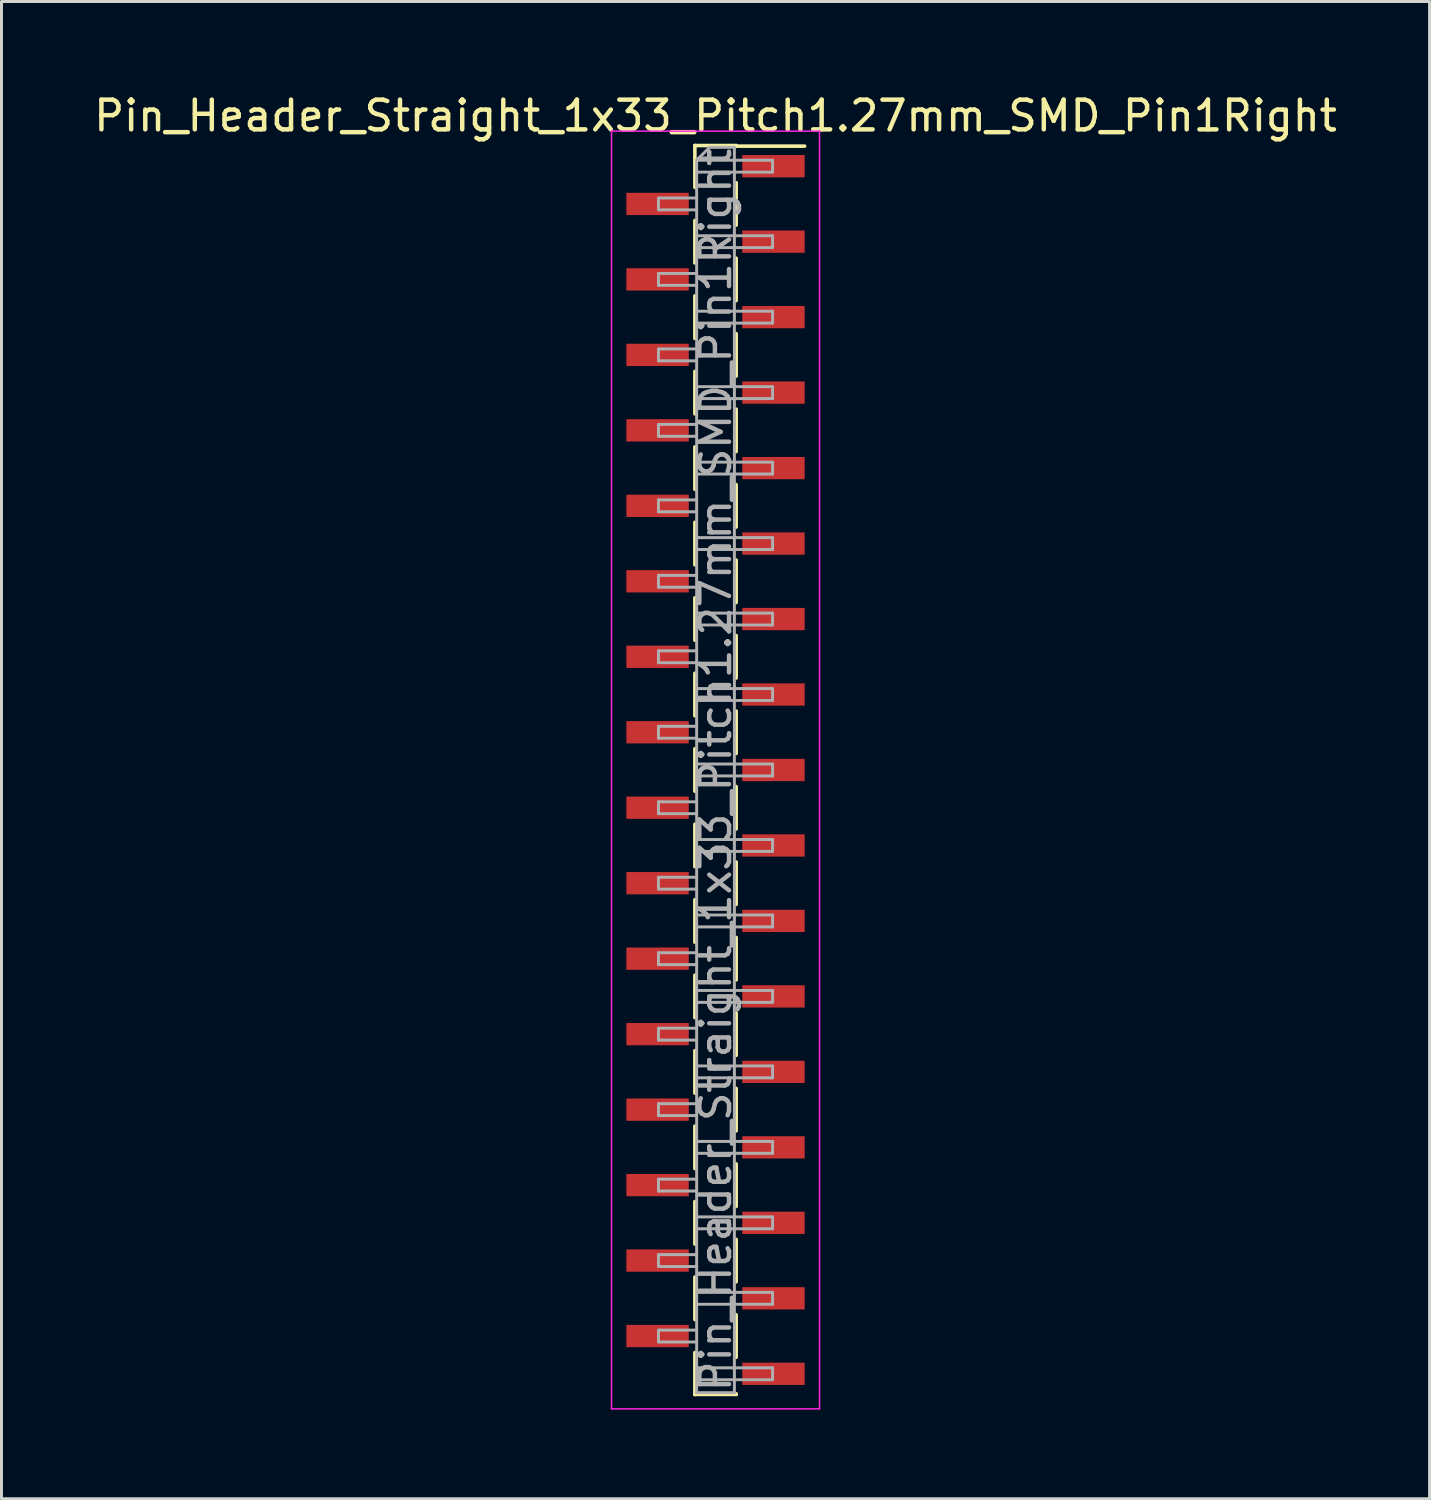
<source format=kicad_pcb>
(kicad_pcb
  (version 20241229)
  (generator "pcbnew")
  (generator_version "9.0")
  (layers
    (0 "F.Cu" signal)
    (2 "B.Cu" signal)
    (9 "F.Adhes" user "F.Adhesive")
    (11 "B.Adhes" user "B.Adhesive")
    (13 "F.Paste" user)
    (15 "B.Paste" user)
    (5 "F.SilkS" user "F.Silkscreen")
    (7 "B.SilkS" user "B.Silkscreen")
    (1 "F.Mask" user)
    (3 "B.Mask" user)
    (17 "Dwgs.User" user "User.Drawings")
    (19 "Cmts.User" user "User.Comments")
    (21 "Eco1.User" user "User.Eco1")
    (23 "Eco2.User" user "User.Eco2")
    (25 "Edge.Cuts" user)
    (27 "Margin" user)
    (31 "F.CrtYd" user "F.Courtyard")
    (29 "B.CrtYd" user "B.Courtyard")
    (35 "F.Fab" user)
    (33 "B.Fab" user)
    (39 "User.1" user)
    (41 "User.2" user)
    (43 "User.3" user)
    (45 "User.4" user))
  (footprint "Pin_Header_Straight_1x33_Pitch1.27mm_SMD_Pin1Right"
    (layer "F.Cu")
    (at 21.03 22.863)
    (property "Reference" "Pin_Header_Straight_1x33_Pitch1.27mm_SMD_Pin1Right" (at 0 -22.015 0) (layer "F.SilkS") (effects (font (size 1 1) (thickness 0.15))))
    (attr smd)
    (fp_line (start -0.695 -21.015) (end -0.695 -19.605) (stroke (width 0.12) (type solid)) (layer "F.SilkS"))
    (fp_line (start -0.695 -21.015) (end 0.695 -21.015) (stroke (width 0.12) (type solid)) (layer "F.SilkS"))
    (fp_line (start -0.695 -20.995) (end -0.695 -21.015) (stroke (width 0.12) (type solid)) (layer "F.SilkS"))
    (fp_line (start -0.695 -18.495) (end -0.695 -17.065) (stroke (width 0.12) (type solid)) (layer "F.SilkS"))
    (fp_line (start -0.695 -15.955) (end -0.695 -14.525) (stroke (width 0.12) (type solid)) (layer "F.SilkS"))
    (fp_line (start -0.695 -13.415) (end -0.695 -11.985) (stroke (width 0.12) (type solid)) (layer "F.SilkS"))
    (fp_line (start -0.695 -10.875) (end -0.695 -9.445) (stroke (width 0.12) (type solid)) (layer "F.SilkS"))
    (fp_line (start -0.695 -8.335) (end -0.695 -6.905) (stroke (width 0.12) (type solid)) (layer "F.SilkS"))
    (fp_line (start -0.695 -5.795) (end -0.695 -4.365) (stroke (width 0.12) (type solid)) (layer "F.SilkS"))
    (fp_line (start -0.695 -3.255) (end -0.695 -1.825) (stroke (width 0.12) (type solid)) (layer "F.SilkS"))
    (fp_line (start -0.695 -0.715) (end -0.695 0.715) (stroke (width 0.12) (type solid)) (layer "F.SilkS"))
    (fp_line (start -0.695 1.825) (end -0.695 3.255) (stroke (width 0.12) (type solid)) (layer "F.SilkS"))
    (fp_line (start -0.695 4.365) (end -0.695 5.795) (stroke (width 0.12) (type solid)) (layer "F.SilkS"))
    (fp_line (start -0.695 6.905) (end -0.695 8.335) (stroke (width 0.12) (type solid)) (layer "F.SilkS"))
    (fp_line (start -0.695 9.445) (end -0.695 10.875) (stroke (width 0.12) (type solid)) (layer "F.SilkS"))
    (fp_line (start -0.695 11.985) (end -0.695 13.415) (stroke (width 0.12) (type solid)) (layer "F.SilkS"))
    (fp_line (start -0.695 14.525) (end -0.695 15.955) (stroke (width 0.12) (type solid)) (layer "F.SilkS"))
    (fp_line (start -0.695 17.065) (end -0.695 18.495) (stroke (width 0.12) (type solid)) (layer "F.SilkS"))
    (fp_line (start -0.695 19.605) (end -0.695 21.015) (stroke (width 0.12) (type solid)) (layer "F.SilkS"))
    (fp_line (start -0.695 20.995) (end -0.695 21.015) (stroke (width 0.12) (type solid)) (layer "F.SilkS"))
    (fp_line (start -0.695 21.015) (end 0.695 21.015) (stroke (width 0.12) (type solid)) (layer "F.SilkS"))
    (fp_line (start 0.695 -21.015) (end 0.695 -20.995) (stroke (width 0.12) (type solid)) (layer "F.SilkS"))
    (fp_line (start 0.695 -20.995) (end 3 -20.995) (stroke (width 0.12) (type solid)) (layer "F.SilkS"))
    (fp_line (start 0.695 -19.765) (end 0.695 -18.335) (stroke (width 0.12) (type solid)) (layer "F.SilkS"))
    (fp_line (start 0.695 -17.225) (end 0.695 -15.795) (stroke (width 0.12) (type solid)) (layer "F.SilkS"))
    (fp_line (start 0.695 -14.685) (end 0.695 -13.255) (stroke (width 0.12) (type solid)) (layer "F.SilkS"))
    (fp_line (start 0.695 -12.145) (end 0.695 -10.715) (stroke (width 0.12) (type solid)) (layer "F.SilkS"))
    (fp_line (start 0.695 -9.605) (end 0.695 -8.175) (stroke (width 0.12) (type solid)) (layer "F.SilkS"))
    (fp_line (start 0.695 -7.065) (end 0.695 -5.635) (stroke (width 0.12) (type solid)) (layer "F.SilkS"))
    (fp_line (start 0.695 -4.525) (end 0.695 -3.095) (stroke (width 0.12) (type solid)) (layer "F.SilkS"))
    (fp_line (start 0.695 -1.985) (end 0.695 -0.555) (stroke (width 0.12) (type solid)) (layer "F.SilkS"))
    (fp_line (start 0.695 0.555) (end 0.695 1.985) (stroke (width 0.12) (type solid)) (layer "F.SilkS"))
    (fp_line (start 0.695 3.095) (end 0.695 4.525) (stroke (width 0.12) (type solid)) (layer "F.SilkS"))
    (fp_line (start 0.695 5.635) (end 0.695 7.065) (stroke (width 0.12) (type solid)) (layer "F.SilkS"))
    (fp_line (start 0.695 8.175) (end 0.695 9.605) (stroke (width 0.12) (type solid)) (layer "F.SilkS"))
    (fp_line (start 0.695 10.715) (end 0.695 12.145) (stroke (width 0.12) (type solid)) (layer "F.SilkS"))
    (fp_line (start 0.695 13.255) (end 0.695 14.685) (stroke (width 0.12) (type solid)) (layer "F.SilkS"))
    (fp_line (start 0.695 15.795) (end 0.695 17.225) (stroke (width 0.12) (type solid)) (layer "F.SilkS"))
    (fp_line (start 0.695 18.335) (end 0.695 19.765) (stroke (width 0.12) (type solid)) (layer "F.SilkS"))
    (fp_line (start 0.695 21.015) (end 0.695 20.995) (stroke (width 0.12) (type solid)) (layer "F.SilkS"))
    (fp_line (start -3.5 -21.5) (end -3.5 21.5) (stroke (width 0.05) (type solid)) (layer "F.CrtYd"))
    (fp_line (start -3.5 21.5) (end 3.5 21.5) (stroke (width 0.05) (type solid)) (layer "F.CrtYd"))
    (fp_line (start 3.5 -21.5) (end -3.5 -21.5) (stroke (width 0.05) (type solid)) (layer "F.CrtYd"))
    (fp_line (start 3.5 21.5) (end 3.5 -21.5) (stroke (width 0.05) (type solid)) (layer "F.CrtYd"))
    (fp_line (start -1.92 -19.25) (end -1.92 -18.85) (stroke (width 0.1) (type solid)) (layer "F.Fab"))
    (fp_line (start -1.92 -18.85) (end -0.635 -18.85) (stroke (width 0.1) (type solid)) (layer "F.Fab"))
    (fp_line (start -1.92 -16.71) (end -1.92 -16.31) (stroke (width 0.1) (type solid)) (layer "F.Fab"))
    (fp_line (start -1.92 -16.31) (end -0.635 -16.31) (stroke (width 0.1) (type solid)) (layer "F.Fab"))
    (fp_line (start -1.92 -14.17) (end -1.92 -13.77) (stroke (width 0.1) (type solid)) (layer "F.Fab"))
    (fp_line (start -1.92 -13.77) (end -0.635 -13.77) (stroke (width 0.1) (type solid)) (layer "F.Fab"))
    (fp_line (start -1.92 -11.63) (end -1.92 -11.23) (stroke (width 0.1) (type solid)) (layer "F.Fab"))
    (fp_line (start -1.92 -11.23) (end -0.635 -11.23) (stroke (width 0.1) (type solid)) (layer "F.Fab"))
    (fp_line (start -1.92 -9.09) (end -1.92 -8.69) (stroke (width 0.1) (type solid)) (layer "F.Fab"))
    (fp_line (start -1.92 -8.69) (end -0.635 -8.69) (stroke (width 0.1) (type solid)) (layer "F.Fab"))
    (fp_line (start -1.92 -6.55) (end -1.92 -6.15) (stroke (width 0.1) (type solid)) (layer "F.Fab"))
    (fp_line (start -1.92 -6.15) (end -0.635 -6.15) (stroke (width 0.1) (type solid)) (layer "F.Fab"))
    (fp_line (start -1.92 -4.01) (end -1.92 -3.61) (stroke (width 0.1) (type solid)) (layer "F.Fab"))
    (fp_line (start -1.92 -3.61) (end -0.635 -3.61) (stroke (width 0.1) (type solid)) (layer "F.Fab"))
    (fp_line (start -1.92 -1.47) (end -1.92 -1.07) (stroke (width 0.1) (type solid)) (layer "F.Fab"))
    (fp_line (start -1.92 -1.07) (end -0.635 -1.07) (stroke (width 0.1) (type solid)) (layer "F.Fab"))
    (fp_line (start -1.92 1.07) (end -1.92 1.47) (stroke (width 0.1) (type solid)) (layer "F.Fab"))
    (fp_line (start -1.92 1.47) (end -0.635 1.47) (stroke (width 0.1) (type solid)) (layer "F.Fab"))
    (fp_line (start -1.92 3.61) (end -1.92 4.01) (stroke (width 0.1) (type solid)) (layer "F.Fab"))
    (fp_line (start -1.92 4.01) (end -0.635 4.01) (stroke (width 0.1) (type solid)) (layer "F.Fab"))
    (fp_line (start -1.92 6.15) (end -1.92 6.55) (stroke (width 0.1) (type solid)) (layer "F.Fab"))
    (fp_line (start -1.92 6.55) (end -0.635 6.55) (stroke (width 0.1) (type solid)) (layer "F.Fab"))
    (fp_line (start -1.92 8.69) (end -1.92 9.09) (stroke (width 0.1) (type solid)) (layer "F.Fab"))
    (fp_line (start -1.92 9.09) (end -0.635 9.09) (stroke (width 0.1) (type solid)) (layer "F.Fab"))
    (fp_line (start -1.92 11.23) (end -1.92 11.63) (stroke (width 0.1) (type solid)) (layer "F.Fab"))
    (fp_line (start -1.92 11.63) (end -0.635 11.63) (stroke (width 0.1) (type solid)) (layer "F.Fab"))
    (fp_line (start -1.92 13.77) (end -1.92 14.17) (stroke (width 0.1) (type solid)) (layer "F.Fab"))
    (fp_line (start -1.92 14.17) (end -0.635 14.17) (stroke (width 0.1) (type solid)) (layer "F.Fab"))
    (fp_line (start -1.92 16.31) (end -1.92 16.71) (stroke (width 0.1) (type solid)) (layer "F.Fab"))
    (fp_line (start -1.92 16.71) (end -0.635 16.71) (stroke (width 0.1) (type solid)) (layer "F.Fab"))
    (fp_line (start -1.92 18.85) (end -1.92 19.25) (stroke (width 0.1) (type solid)) (layer "F.Fab"))
    (fp_line (start -1.92 19.25) (end -0.635 19.25) (stroke (width 0.1) (type solid)) (layer "F.Fab"))
    (fp_line (start -0.635 -20.52) (end -0.2 -20.955) (stroke (width 0.1) (type solid)) (layer "F.Fab"))
    (fp_line (start -0.635 -20.52) (end 1.92 -20.52) (stroke (width 0.1) (type solid)) (layer "F.Fab"))
    (fp_line (start -0.635 -19.25) (end -1.92 -19.25) (stroke (width 0.1) (type solid)) (layer "F.Fab"))
    (fp_line (start -0.635 -17.98) (end 1.92 -17.98) (stroke (width 0.1) (type solid)) (layer "F.Fab"))
    (fp_line (start -0.635 -16.71) (end -1.92 -16.71) (stroke (width 0.1) (type solid)) (layer "F.Fab"))
    (fp_line (start -0.635 -15.44) (end 1.92 -15.44) (stroke (width 0.1) (type solid)) (layer "F.Fab"))
    (fp_line (start -0.635 -14.17) (end -1.92 -14.17) (stroke (width 0.1) (type solid)) (layer "F.Fab"))
    (fp_line (start -0.635 -12.9) (end 1.92 -12.9) (stroke (width 0.1) (type solid)) (layer "F.Fab"))
    (fp_line (start -0.635 -11.63) (end -1.92 -11.63) (stroke (width 0.1) (type solid)) (layer "F.Fab"))
    (fp_line (start -0.635 -10.36) (end 1.92 -10.36) (stroke (width 0.1) (type solid)) (layer "F.Fab"))
    (fp_line (start -0.635 -9.09) (end -1.92 -9.09) (stroke (width 0.1) (type solid)) (layer "F.Fab"))
    (fp_line (start -0.635 -7.82) (end 1.92 -7.82) (stroke (width 0.1) (type solid)) (layer "F.Fab"))
    (fp_line (start -0.635 -6.55) (end -1.92 -6.55) (stroke (width 0.1) (type solid)) (layer "F.Fab"))
    (fp_line (start -0.635 -5.28) (end 1.92 -5.28) (stroke (width 0.1) (type solid)) (layer "F.Fab"))
    (fp_line (start -0.635 -4.01) (end -1.92 -4.01) (stroke (width 0.1) (type solid)) (layer "F.Fab"))
    (fp_line (start -0.635 -2.74) (end 1.92 -2.74) (stroke (width 0.1) (type solid)) (layer "F.Fab"))
    (fp_line (start -0.635 -1.47) (end -1.92 -1.47) (stroke (width 0.1) (type solid)) (layer "F.Fab"))
    (fp_line (start -0.635 -0.2) (end 1.92 -0.2) (stroke (width 0.1) (type solid)) (layer "F.Fab"))
    (fp_line (start -0.635 1.07) (end -1.92 1.07) (stroke (width 0.1) (type solid)) (layer "F.Fab"))
    (fp_line (start -0.635 2.34) (end 1.92 2.34) (stroke (width 0.1) (type solid)) (layer "F.Fab"))
    (fp_line (start -0.635 3.61) (end -1.92 3.61) (stroke (width 0.1) (type solid)) (layer "F.Fab"))
    (fp_line (start -0.635 4.88) (end 1.92 4.88) (stroke (width 0.1) (type solid)) (layer "F.Fab"))
    (fp_line (start -0.635 6.15) (end -1.92 6.15) (stroke (width 0.1) (type solid)) (layer "F.Fab"))
    (fp_line (start -0.635 7.42) (end 1.92 7.42) (stroke (width 0.1) (type solid)) (layer "F.Fab"))
    (fp_line (start -0.635 8.69) (end -1.92 8.69) (stroke (width 0.1) (type solid)) (layer "F.Fab"))
    (fp_line (start -0.635 9.96) (end 1.92 9.96) (stroke (width 0.1) (type solid)) (layer "F.Fab"))
    (fp_line (start -0.635 11.23) (end -1.92 11.23) (stroke (width 0.1) (type solid)) (layer "F.Fab"))
    (fp_line (start -0.635 12.5) (end 1.92 12.5) (stroke (width 0.1) (type solid)) (layer "F.Fab"))
    (fp_line (start -0.635 13.77) (end -1.92 13.77) (stroke (width 0.1) (type solid)) (layer "F.Fab"))
    (fp_line (start -0.635 15.04) (end 1.92 15.04) (stroke (width 0.1) (type solid)) (layer "F.Fab"))
    (fp_line (start -0.635 16.31) (end -1.92 16.31) (stroke (width 0.1) (type solid)) (layer "F.Fab"))
    (fp_line (start -0.635 17.58) (end 1.92 17.58) (stroke (width 0.1) (type solid)) (layer "F.Fab"))
    (fp_line (start -0.635 18.85) (end -1.92 18.85) (stroke (width 0.1) (type solid)) (layer "F.Fab"))
    (fp_line (start -0.635 20.12) (end 1.92 20.12) (stroke (width 0.1) (type solid)) (layer "F.Fab"))
    (fp_line (start -0.635 20.955) (end -0.635 -20.52) (stroke (width 0.1) (type solid)) (layer "F.Fab"))
    (fp_line (start -0.2 -20.955) (end 0.635 -20.955) (stroke (width 0.1) (type solid)) (layer "F.Fab"))
    (fp_line (start 0.635 -20.955) (end 0.635 20.955) (stroke (width 0.1) (type solid)) (layer "F.Fab"))
    (fp_line (start 0.635 20.955) (end -0.635 20.955) (stroke (width 0.1) (type solid)) (layer "F.Fab"))
    (fp_line (start 1.92 -20.52) (end 1.92 -20.12) (stroke (width 0.1) (type solid)) (layer "F.Fab"))
    (fp_line (start 1.92 -20.12) (end -0.635 -20.12) (stroke (width 0.1) (type solid)) (layer "F.Fab"))
    (fp_line (start 1.92 -17.98) (end 1.92 -17.58) (stroke (width 0.1) (type solid)) (layer "F.Fab"))
    (fp_line (start 1.92 -17.58) (end -0.635 -17.58) (stroke (width 0.1) (type solid)) (layer "F.Fab"))
    (fp_line (start 1.92 -15.44) (end 1.92 -15.04) (stroke (width 0.1) (type solid)) (layer "F.Fab"))
    (fp_line (start 1.92 -15.04) (end -0.635 -15.04) (stroke (width 0.1) (type solid)) (layer "F.Fab"))
    (fp_line (start 1.92 -12.9) (end 1.92 -12.5) (stroke (width 0.1) (type solid)) (layer "F.Fab"))
    (fp_line (start 1.92 -12.5) (end -0.635 -12.5) (stroke (width 0.1) (type solid)) (layer "F.Fab"))
    (fp_line (start 1.92 -10.36) (end 1.92 -9.96) (stroke (width 0.1) (type solid)) (layer "F.Fab"))
    (fp_line (start 1.92 -9.96) (end -0.635 -9.96) (stroke (width 0.1) (type solid)) (layer "F.Fab"))
    (fp_line (start 1.92 -7.82) (end 1.92 -7.42) (stroke (width 0.1) (type solid)) (layer "F.Fab"))
    (fp_line (start 1.92 -7.42) (end -0.635 -7.42) (stroke (width 0.1) (type solid)) (layer "F.Fab"))
    (fp_line (start 1.92 -5.28) (end 1.92 -4.88) (stroke (width 0.1) (type solid)) (layer "F.Fab"))
    (fp_line (start 1.92 -4.88) (end -0.635 -4.88) (stroke (width 0.1) (type solid)) (layer "F.Fab"))
    (fp_line (start 1.92 -2.74) (end 1.92 -2.34) (stroke (width 0.1) (type solid)) (layer "F.Fab"))
    (fp_line (start 1.92 -2.34) (end -0.635 -2.34) (stroke (width 0.1) (type solid)) (layer "F.Fab"))
    (fp_line (start 1.92 -0.2) (end 1.92 0.2) (stroke (width 0.1) (type solid)) (layer "F.Fab"))
    (fp_line (start 1.92 0.2) (end -0.635 0.2) (stroke (width 0.1) (type solid)) (layer "F.Fab"))
    (fp_line (start 1.92 2.34) (end 1.92 2.74) (stroke (width 0.1) (type solid)) (layer "F.Fab"))
    (fp_line (start 1.92 2.74) (end -0.635 2.74) (stroke (width 0.1) (type solid)) (layer "F.Fab"))
    (fp_line (start 1.92 4.88) (end 1.92 5.28) (stroke (width 0.1) (type solid)) (layer "F.Fab"))
    (fp_line (start 1.92 5.28) (end -0.635 5.28) (stroke (width 0.1) (type solid)) (layer "F.Fab"))
    (fp_line (start 1.92 7.42) (end 1.92 7.82) (stroke (width 0.1) (type solid)) (layer "F.Fab"))
    (fp_line (start 1.92 7.82) (end -0.635 7.82) (stroke (width 0.1) (type solid)) (layer "F.Fab"))
    (fp_line (start 1.92 9.96) (end 1.92 10.36) (stroke (width 0.1) (type solid)) (layer "F.Fab"))
    (fp_line (start 1.92 10.36) (end -0.635 10.36) (stroke (width 0.1) (type solid)) (layer "F.Fab"))
    (fp_line (start 1.92 12.5) (end 1.92 12.9) (stroke (width 0.1) (type solid)) (layer "F.Fab"))
    (fp_line (start 1.92 12.9) (end -0.635 12.9) (stroke (width 0.1) (type solid)) (layer "F.Fab"))
    (fp_line (start 1.92 15.04) (end 1.92 15.44) (stroke (width 0.1) (type solid)) (layer "F.Fab"))
    (fp_line (start 1.92 15.44) (end -0.635 15.44) (stroke (width 0.1) (type solid)) (layer "F.Fab"))
    (fp_line (start 1.92 17.58) (end 1.92 17.98) (stroke (width 0.1) (type solid)) (layer "F.Fab"))
    (fp_line (start 1.92 17.98) (end -0.635 17.98) (stroke (width 0.1) (type solid)) (layer "F.Fab"))
    (fp_line (start 1.92 20.12) (end 1.92 20.52) (stroke (width 0.1) (type solid)) (layer "F.Fab"))
    (fp_line (start 1.92 20.52) (end -0.635 20.52) (stroke (width 0.1) (type solid)) (layer "F.Fab"))
    (fp_text user "${REFERENCE}" (at 0 0 90) (layer "F.Fab") (effects (font (size 1 1) (thickness 0.15))))
    (pad "1" smd rect (at 1.95 -20.32) (size 2.1 0.75) (layers "F.Cu" "F.Mask"))
    (pad "2" smd rect (at -1.95 -19.05) (size 2.1 0.75) (layers "F.Cu" "F.Mask"))
    (pad "3" smd rect (at 1.95 -17.78) (size 2.1 0.75) (layers "F.Cu" "F.Mask"))
    (pad "4" smd rect (at -1.95 -16.51) (size 2.1 0.75) (layers "F.Cu" "F.Mask"))
    (pad "5" smd rect (at 1.95 -15.24) (size 2.1 0.75) (layers "F.Cu" "F.Mask"))
    (pad "6" smd rect (at -1.95 -13.97) (size 2.1 0.75) (layers "F.Cu" "F.Mask"))
    (pad "7" smd rect (at 1.95 -12.7) (size 2.1 0.75) (layers "F.Cu" "F.Mask"))
    (pad "8" smd rect (at -1.95 -11.43) (size 2.1 0.75) (layers "F.Cu" "F.Mask"))
    (pad "9" smd rect (at 1.95 -10.16) (size 2.1 0.75) (layers "F.Cu" "F.Mask"))
    (pad "10" smd rect (at -1.95 -8.89) (size 2.1 0.75) (layers "F.Cu" "F.Mask"))
    (pad "11" smd rect (at 1.95 -7.62) (size 2.1 0.75) (layers "F.Cu" "F.Mask"))
    (pad "12" smd rect (at -1.95 -6.35) (size 2.1 0.75) (layers "F.Cu" "F.Mask"))
    (pad "13" smd rect (at 1.95 -5.08) (size 2.1 0.75) (layers "F.Cu" "F.Mask"))
    (pad "14" smd rect (at -1.95 -3.81) (size 2.1 0.75) (layers "F.Cu" "F.Mask"))
    (pad "15" smd rect (at 1.95 -2.54) (size 2.1 0.75) (layers "F.Cu" "F.Mask"))
    (pad "16" smd rect (at -1.95 -1.27) (size 2.1 0.75) (layers "F.Cu" "F.Mask"))
    (pad "17" smd rect (at 1.95 0) (size 2.1 0.75) (layers "F.Cu" "F.Mask"))
    (pad "18" smd rect (at -1.95 1.27) (size 2.1 0.75) (layers "F.Cu" "F.Mask"))
    (pad "19" smd rect (at 1.95 2.54) (size 2.1 0.75) (layers "F.Cu" "F.Mask"))
    (pad "20" smd rect (at -1.95 3.81) (size 2.1 0.75) (layers "F.Cu" "F.Mask"))
    (pad "21" smd rect (at 1.95 5.08) (size 2.1 0.75) (layers "F.Cu" "F.Mask"))
    (pad "22" smd rect (at -1.95 6.35) (size 2.1 0.75) (layers "F.Cu" "F.Mask"))
    (pad "23" smd rect (at 1.95 7.62) (size 2.1 0.75) (layers "F.Cu" "F.Mask"))
    (pad "24" smd rect (at -1.95 8.89) (size 2.1 0.75) (layers "F.Cu" "F.Mask"))
    (pad "25" smd rect (at 1.95 10.16) (size 2.1 0.75) (layers "F.Cu" "F.Mask"))
    (pad "26" smd rect (at -1.95 11.43) (size 2.1 0.75) (layers "F.Cu" "F.Mask"))
    (pad "27" smd rect (at 1.95 12.7) (size 2.1 0.75) (layers "F.Cu" "F.Mask"))
    (pad "28" smd rect (at -1.95 13.97) (size 2.1 0.75) (layers "F.Cu" "F.Mask"))
    (pad "29" smd rect (at 1.95 15.24) (size 2.1 0.75) (layers "F.Cu" "F.Mask"))
    (pad "30" smd rect (at -1.95 16.51) (size 2.1 0.75) (layers "F.Cu" "F.Mask"))
    (pad "31" smd rect (at 1.95 17.78) (size 2.1 0.75) (layers "F.Cu" "F.Mask"))
    (pad "32" smd rect (at -1.95 19.05) (size 2.1 0.75) (layers "F.Cu" "F.Mask"))
    (pad "33" smd rect (at 1.95 20.32) (size 2.1 0.75) (layers "F.Cu" "F.Mask")))
  (gr_rect
    (start -3 -3)
    (end 45.06 47.388)
    (stroke (width 0.1) (type default))
    (fill no)
    (layer "Edge.Cuts")))
</source>
